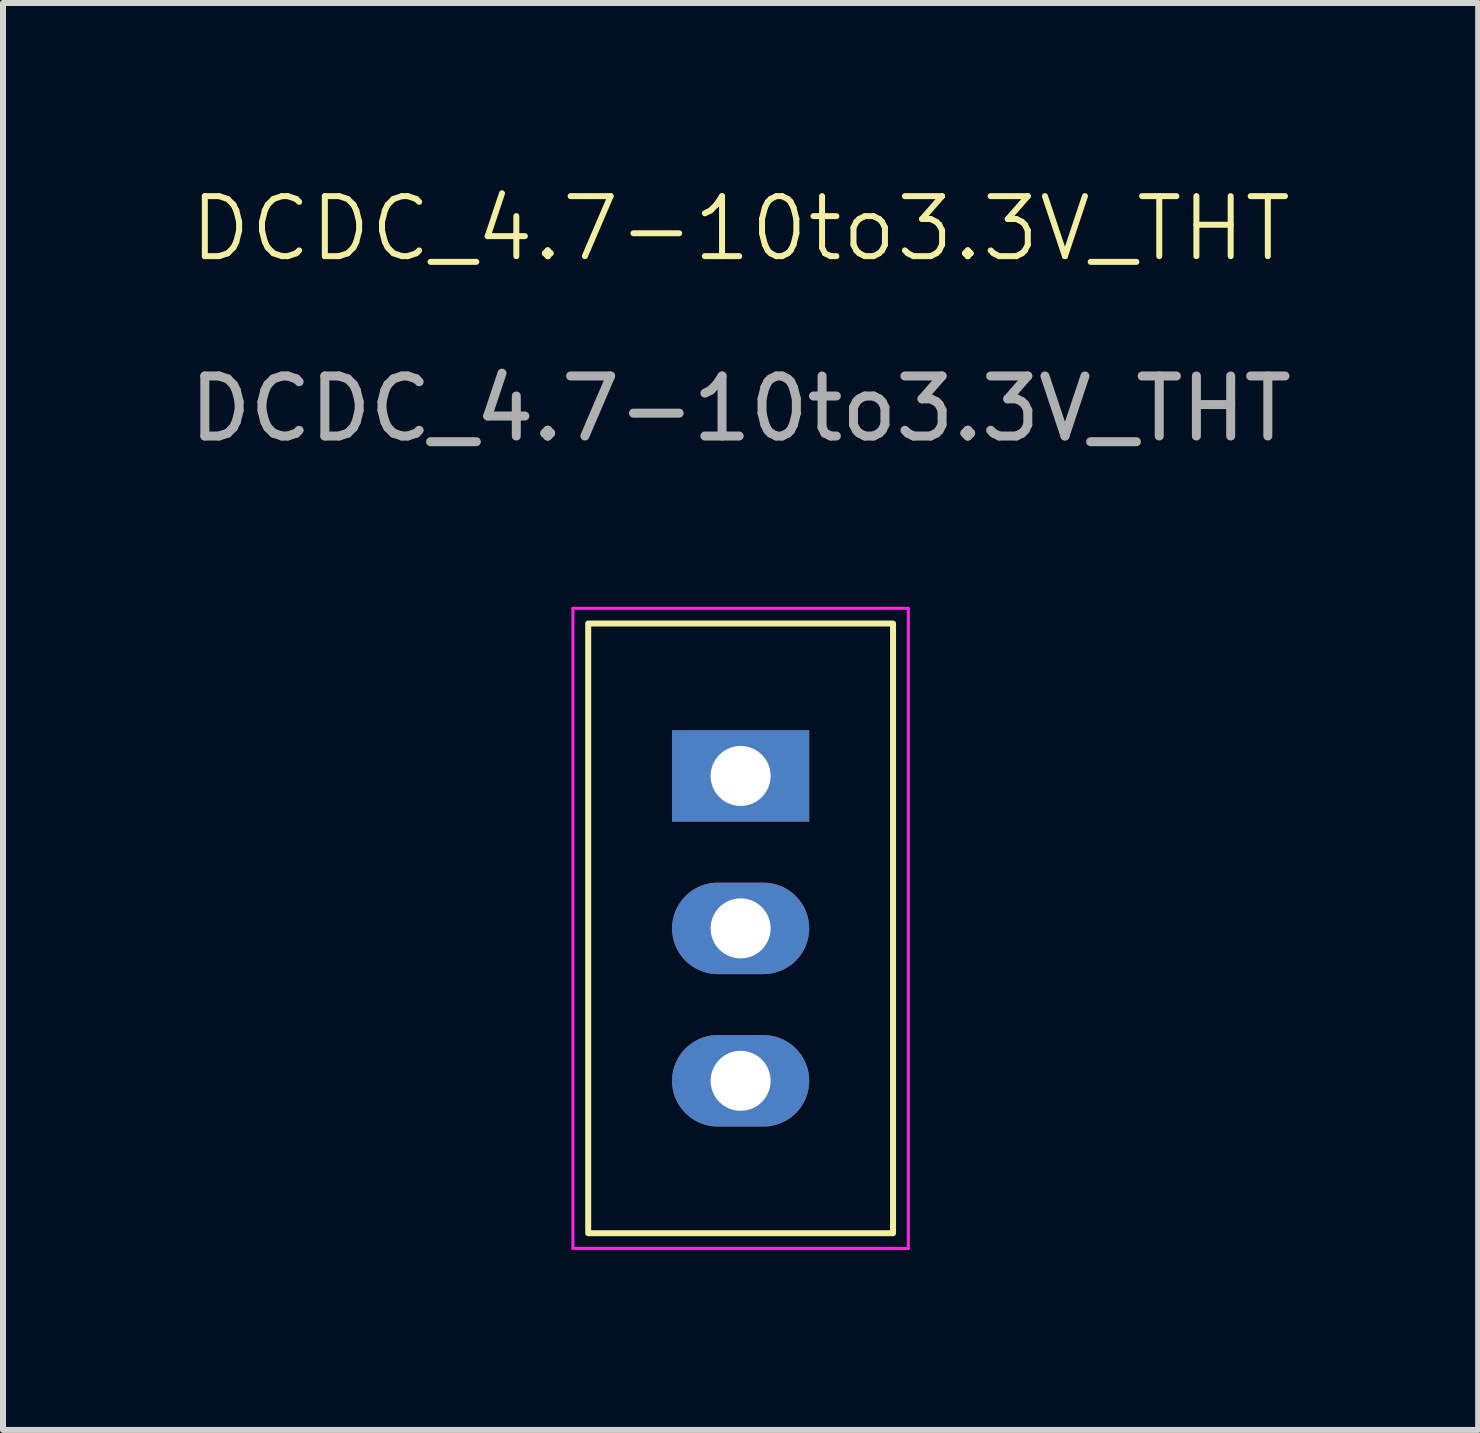
<source format=kicad_pcb>
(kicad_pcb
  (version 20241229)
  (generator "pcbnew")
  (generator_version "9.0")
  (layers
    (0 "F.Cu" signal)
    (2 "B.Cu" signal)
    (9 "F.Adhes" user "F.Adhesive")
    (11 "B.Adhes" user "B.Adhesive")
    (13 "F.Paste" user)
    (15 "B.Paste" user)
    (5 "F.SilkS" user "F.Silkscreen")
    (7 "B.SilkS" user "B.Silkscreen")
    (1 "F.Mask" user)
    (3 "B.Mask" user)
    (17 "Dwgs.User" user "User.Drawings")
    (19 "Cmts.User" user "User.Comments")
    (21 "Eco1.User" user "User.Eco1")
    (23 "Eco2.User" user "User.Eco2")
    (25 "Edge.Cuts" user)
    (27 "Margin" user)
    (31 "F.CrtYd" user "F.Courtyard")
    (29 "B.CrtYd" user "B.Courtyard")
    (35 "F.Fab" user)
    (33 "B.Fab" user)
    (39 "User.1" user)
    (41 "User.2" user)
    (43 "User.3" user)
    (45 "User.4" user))
  (footprint "DCDC_4.7-10to3.3V_THT"
    (layer "F.Cu")
    (at 9.292 12.421)
    (property "Reference" "DCDC_4.7-10to3.3V_THT" (at 0 -11.66 0) (unlocked yes) (layer "F.SilkS") (effects (font (size 1 1) (thickness 0.1))))
    (attr through_hole)
    (fp_rect (start -2.54 -5.08) (end 2.54 5.08) (stroke (width 0.1) (type default)) (fill no) (layer "F.SilkS"))
    (fp_line (start -2.794 -5.334) (end 2.794 -5.334) (stroke (width 0.05) (type default)) (layer "F.CrtYd"))
    (fp_line (start -2.794 5.334) (end -2.794 -5.334) (stroke (width 0.05) (type default)) (layer "F.CrtYd"))
    (fp_line (start 2.794 -5.334) (end 2.794 5.334) (stroke (width 0.05) (type default)) (layer "F.CrtYd"))
    (fp_line (start 2.794 5.334) (end -2.794 5.334) (stroke (width 0.05) (type default)) (layer "F.CrtYd"))
    (fp_text user "${REFERENCE}" (at 0 -8.66 0) (unlocked yes) (layer "F.Fab") (effects (font (size 1 1) (thickness 0.15))))
    (pad "1" thru_hole rect (at 0 -2.54) (size 2.286 1.524) (drill 1) (layers "*.Cu" "*.Mask"))
    (pad "2" thru_hole oval (at 0 0) (size 2.286 1.524) (drill 1) (layers "*.Cu" "*.Mask"))
    (pad "3" thru_hole oval (at 0 2.54) (size 2.286 1.524) (drill 1) (layers "*.Cu" "*.Mask")))
  (gr_rect
    (start -3 -3)
    (end 21.583 20.779)
    (stroke (width 0.1) (type default))
    (fill no)
    (layer "Edge.Cuts")))
</source>
